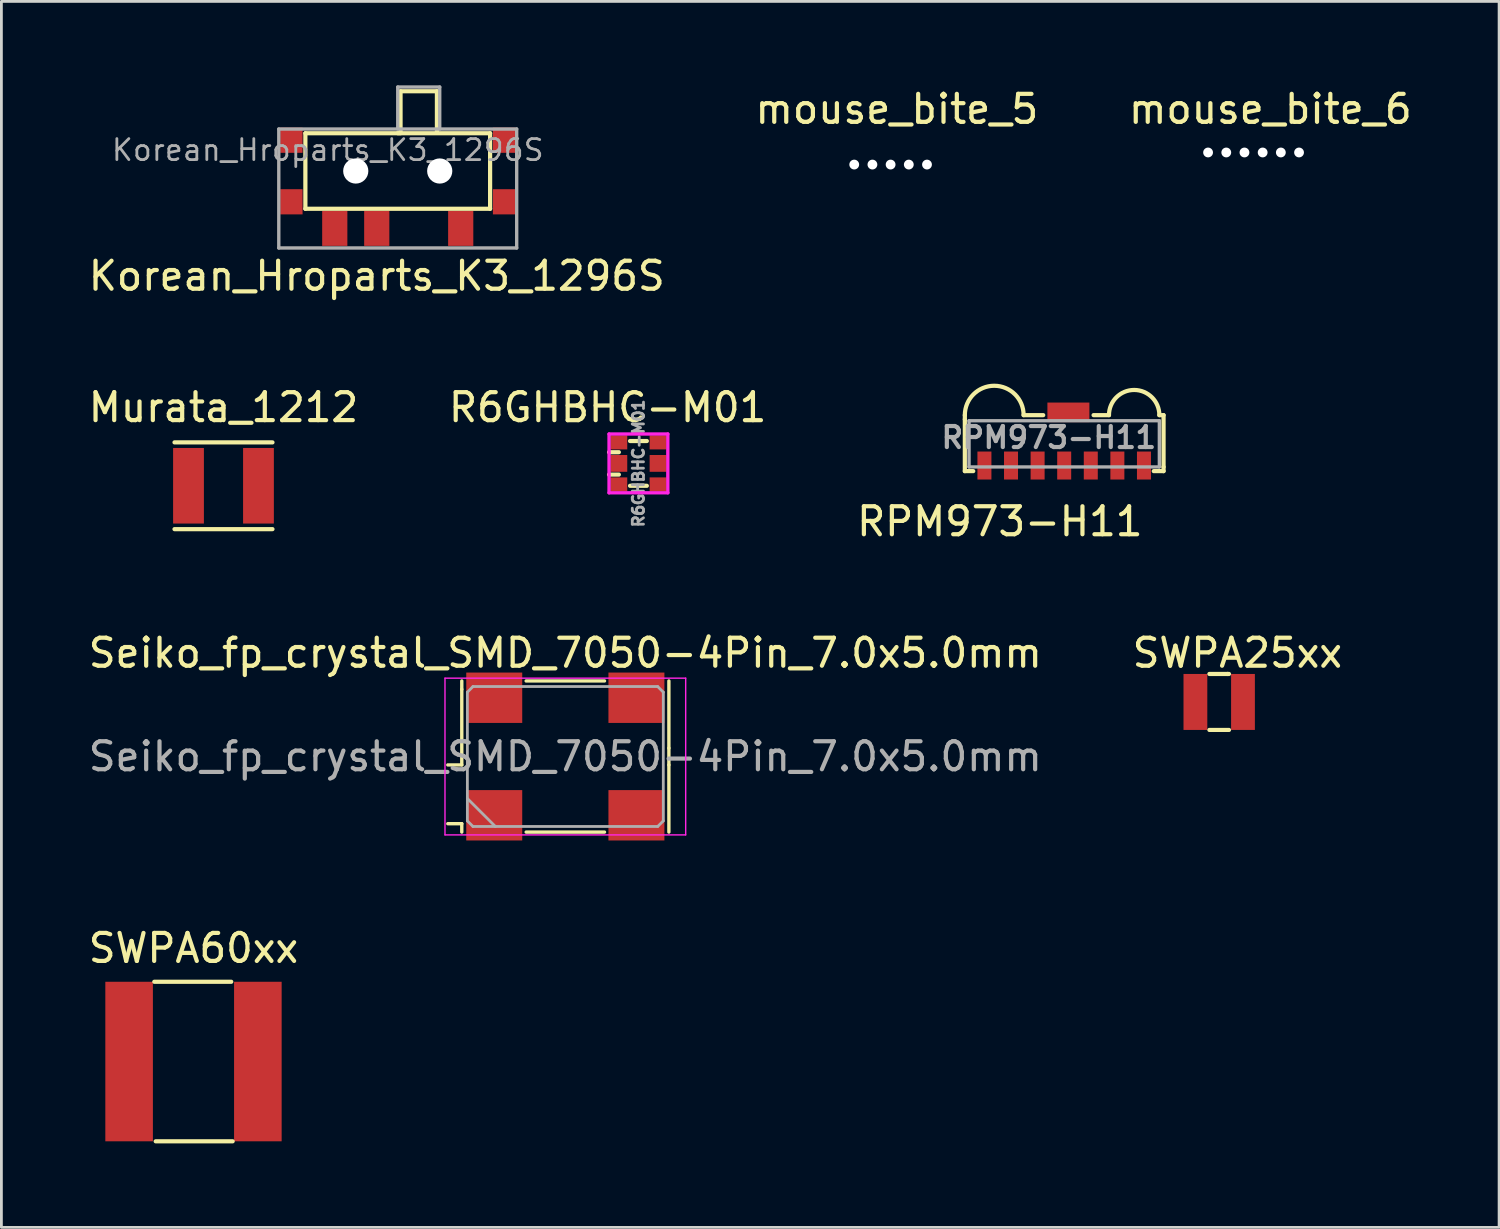
<source format=kicad_pcb>
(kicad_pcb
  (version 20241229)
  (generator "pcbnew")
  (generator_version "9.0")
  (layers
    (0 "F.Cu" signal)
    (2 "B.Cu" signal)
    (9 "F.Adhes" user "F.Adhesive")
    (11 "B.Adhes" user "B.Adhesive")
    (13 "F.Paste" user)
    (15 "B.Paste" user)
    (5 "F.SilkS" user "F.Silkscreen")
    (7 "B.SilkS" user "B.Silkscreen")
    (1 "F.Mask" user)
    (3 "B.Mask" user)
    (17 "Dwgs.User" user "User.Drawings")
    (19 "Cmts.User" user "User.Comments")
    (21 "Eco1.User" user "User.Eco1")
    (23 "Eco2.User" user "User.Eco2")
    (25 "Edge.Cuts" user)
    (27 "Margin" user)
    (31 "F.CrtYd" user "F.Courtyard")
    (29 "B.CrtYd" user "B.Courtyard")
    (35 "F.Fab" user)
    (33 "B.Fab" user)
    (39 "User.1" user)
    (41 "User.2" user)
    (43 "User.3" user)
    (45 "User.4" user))
  (footprint "R6GHBHC-M01"
    (layer "F.Cu")
    (at 19.761 13.507)
    (property "Reference" "R6GHBHC-M01" (at -1.1 -2 180) (layer "F.SilkS") (effects (font (size 1 1) (thickness 0.15))))
    (attr through_hole)
    (fp_line (start -0.7 -0.4) (end -1.05 -0.4) (stroke (width 0.15) (type solid)) (layer "F.SilkS"))
    (fp_line (start -0.7 0.4) (end -1.05 0.4) (stroke (width 0.15) (type solid)) (layer "F.SilkS"))
    (fp_line (start -0.3 -0.8) (end 0.3 -0.8) (stroke (width 0.15) (type solid)) (layer "F.SilkS"))
    (fp_line (start -0.3 0.8) (end 0.3 0.8) (stroke (width 0.15) (type solid)) (layer "F.SilkS"))
    (fp_line (start -1.05 -1.05) (end 1.05 -1.05) (stroke (width 0.12) (type solid)) (layer "F.CrtYd"))
    (fp_line (start -1.05 1.05) (end -1.05 -1.05) (stroke (width 0.12) (type solid)) (layer "F.CrtYd"))
    (fp_line (start 1.05 -1.05) (end 1.05 1.05) (stroke (width 0.12) (type solid)) (layer "F.CrtYd"))
    (fp_line (start 1.05 1.05) (end -1.05 1.05) (stroke (width 0.12) (type solid)) (layer "F.CrtYd"))
    (fp_text user "${REFERENCE}" (at 0 0 90) (layer "F.Fab") (effects (font (size 0.4 0.4) (thickness 0.1))))
    (pad "1" smd rect (at -0.7 0) (size 0.6 0.6) (layers "F.Cu" "F.Mask" "F.Paste"))
    (pad "2" smd rect (at -0.7 0.75) (size 0.6 0.5) (layers "F.Cu" "F.Mask" "F.Paste"))
    (pad "3" smd rect (at -0.7 -0.75) (size 0.6 0.5) (layers "F.Cu" "F.Mask" "F.Paste"))
    (pad "4" smd rect (at 0.7 -0.75) (size 0.6 0.5) (layers "F.Cu" "F.Mask" "F.Paste"))
    (pad "5" smd rect (at 0.7 0.75) (size 0.6 0.5) (layers "F.Cu" "F.Mask" "F.Paste"))
    (pad "6" smd rect (at 0.7 0) (size 0.6 0.6) (layers "F.Cu" "F.Mask" "F.Paste")))
  (footprint "mouse_bite_5"
    (layer "F.Cu")
    (at 28.771 2.83)
    (property "Reference" "mouse_bite_5" (at 0.223 -1.982 0) (layer "F.SilkS") (effects (font (size 1 1) (thickness 0.15))))
    (attr exclude_from_pos_files exclude_from_bom)
    (pad "" np_thru_hole circle (at -1.3 0) (size 0.35 0.35) (drill 0.35) (layers "*.Cu" "*.Mask"))
    (pad "" np_thru_hole circle (at -0.65 0) (size 0.35 0.35) (drill 0.35) (layers "*.Cu" "*.Mask"))
    (pad "" np_thru_hole circle (at 0 0) (size 0.35 0.35) (drill 0.35) (layers "*.Cu" "*.Mask"))
    (pad "" np_thru_hole circle (at 0.65 0) (size 0.35 0.35) (drill 0.35) (layers "*.Cu" "*.Mask"))
    (pad "" np_thru_hole circle (at 1.3 0) (size 0.35 0.35) (drill 0.35) (layers "*.Cu" "*.Mask")))
  (footprint "Murata_1212"
    (layer "F.Cu")
    (at 4.935 14.306)
    (property "Reference" "Murata_1212" (at 0 -2.8 0) (layer "F.SilkS") (effects (font (size 1 1) (thickness 0.15))))
    (attr through_hole)
    (fp_line (start -1.75 -1.55) (end 1.75 -1.55) (stroke (width 0.15) (type solid)) (layer "F.SilkS"))
    (fp_line (start 1.75 1.55) (end -1.75 1.55) (stroke (width 0.15) (type solid)) (layer "F.SilkS"))
    (pad "1" smd rect (at -1.25 0) (size 1.1 2.7) (layers "F.Cu" "F.Mask" "F.Paste"))
    (pad "2" smd rect (at 1.25 0 180) (size 1.1 2.7) (layers "F.Cu" "F.Mask" "F.Paste")))
  (footprint "RPM973-H11"
    (layer "F.Cu")
    (at 34.973 12.783)
    (property "Reference" "RPM973-H11" (at -2.3 2.8 0) (layer "F.SilkS") (effects (font (size 1 1) (thickness 0.15))))
    (attr smd)
    (fp_line (start -3.55 -0.85) (end -3.55 -1) (stroke (width 0.15) (type solid)) (layer "F.SilkS"))
    (fp_line (start -3.55 1) (end -3.55 -0.85) (stroke (width 0.15) (type solid)) (layer "F.SilkS"))
    (fp_line (start -3.25 1) (end -3.55 1) (stroke (width 0.15) (type solid)) (layer "F.SilkS"))
    (fp_line (start -1.45 -1) (end -0.75 -1) (stroke (width 0.15) (type solid)) (layer "F.SilkS"))
    (fp_line (start 1.6 -1) (end 1.05 -1) (stroke (width 0.15) (type solid)) (layer "F.SilkS"))
    (fp_line (start 3.4 -1) (end 3.55 -1) (stroke (width 0.15) (type solid)) (layer "F.SilkS"))
    (fp_line (start 3.55 -1) (end 3.55 0.85) (stroke (width 0.15) (type solid)) (layer "F.SilkS"))
    (fp_line (start 3.55 0.85) (end 3.55 1) (stroke (width 0.15) (type solid)) (layer "F.SilkS"))
    (fp_line (start 3.55 1) (end 3.2 1) (stroke (width 0.15) (type solid)) (layer "F.SilkS"))
    (fp_arc (start -3.55 -1) (mid -2.5 -2.05) (end -1.45 -1) (stroke (width 0.15) (type solid)) (layer "F.SilkS"))
    (fp_arc (start 1.6 -1) (mid 2.5 -1.9) (end 3.4 -1) (stroke (width 0.15) (type solid)) (layer "F.SilkS"))
    (fp_line (start -3.4 -0.8) (end 3.4 -0.8) (stroke (width 0.12) (type solid)) (layer "F.Fab"))
    (fp_line (start -3.4 0.85) (end -3.4 -0.8) (stroke (width 0.12) (type solid)) (layer "F.Fab"))
    (fp_line (start -3.4 0.85) (end 3.4 0.85) (stroke (width 0.12) (type solid)) (layer "F.Fab"))
    (fp_line (start 3.4 -0.8) (end 3.4 0.85) (stroke (width 0.12) (type solid)) (layer "F.Fab"))
    (fp_text user "${REFERENCE}" (at -0.55 -0.2 0) (layer "F.Fab") (effects (font (size 0.75 0.75) (thickness 0.15))))
    (pad "1" smd rect (at 2.85 0.8) (size 0.5 1) (layers "F.Cu" "F.Mask" "F.Paste"))
    (pad "2" smd rect (at 1.9 0.8) (size 0.5 1) (layers "F.Cu" "F.Mask" "F.Paste"))
    (pad "3" smd rect (at 0.95 0.8) (size 0.5 1) (layers "F.Cu" "F.Mask" "F.Paste"))
    (pad "4" smd rect (at 0 0.8) (size 0.5 1) (layers "F.Cu" "F.Mask" "F.Paste"))
    (pad "5" smd rect (at -0.95 0.8) (size 0.5 1) (layers "F.Cu" "F.Mask" "F.Paste"))
    (pad "6" smd rect (at -1.9 0.8) (size 0.5 1) (layers "F.Cu" "F.Mask" "F.Paste"))
    (pad "7" smd rect (at -2.85 0.8) (size 0.5 1) (layers "F.Cu" "F.Mask" "F.Paste"))
    (pad "SH" smd rect (at 0 -1.1) (size 1.5 0.7) (drill (offset 0.15 0)) (layers "F.Cu" "F.Mask" "F.Paste")))
  (footprint "mouse_bite_6"
    (layer "F.Cu")
    (at 41.739 2.398)
    (property "Reference" "mouse_bite_6" (at 0.6 -1.55 0) (layer "F.SilkS") (effects (font (size 1 1) (thickness 0.15))))
    (attr exclude_from_pos_files exclude_from_bom)
    (pad "" np_thru_hole circle (at -1.625 0) (size 0.35 0.35) (drill 0.35) (layers "*.Cu" "*.Mask"))
    (pad "" np_thru_hole circle (at -0.975 0) (size 0.35 0.35) (drill 0.35) (layers "*.Cu" "*.Mask"))
    (pad "" np_thru_hole circle (at -0.325 0) (size 0.35 0.35) (drill 0.35) (layers "*.Cu" "*.Mask"))
    (pad "" np_thru_hole circle (at 0.325 0) (size 0.35 0.35) (drill 0.35) (layers "*.Cu" "*.Mask"))
    (pad "" np_thru_hole circle (at 0.975 0) (size 0.35 0.35) (drill 0.35) (layers "*.Cu" "*.Mask"))
    (pad "" np_thru_hole circle (at 1.625 0) (size 0.35 0.35) (drill 0.35) (layers "*.Cu" "*.Mask")))
  (footprint "SWPA25xx"
    (layer "F.Cu")
    (at 40.511 22.03)
    (property "Reference" "SWPA25xx" (at 0.65 -1.75 0) (layer "F.SilkS") (effects (font (size 1 1) (thickness 0.15))))
    (attr through_hole)
    (fp_line (start -0.35 -1) (end 0.3 -1) (stroke (width 0.15) (type solid)) (layer "F.SilkS"))
    (fp_line (start 0.3 -1) (end 0.35 -1) (stroke (width 0.15) (type solid)) (layer "F.SilkS"))
    (fp_line (start 0.35 1) (end -0.35 1) (stroke (width 0.15) (type solid)) (layer "F.SilkS"))
    (pad "1" smd rect (at -0.85 0) (size 0.85 2) (layers "F.Cu" "F.Mask" "F.Paste"))
    (pad "2" smd rect (at 0.85 0 180) (size 0.85 2) (layers "F.Cu" "F.Mask" "F.Paste")))
  (footprint "Seiko_fp_crystal_SMD_7050-4Pin_7.0x5.0mm"
    (layer "F.Cu")
    (at 17.149 23.98)
    (property "Reference" "Seiko_fp_crystal_SMD_7050-4Pin_7.0x5.0mm" (at 0 -3.7 0) (layer "F.SilkS") (effects (font (size 1 1) (thickness 0.15))))
    (attr smd)
    (fp_line (start -4.2 0.3) (end -3.7 0.3) (stroke (width 0.12) (type solid)) (layer "F.SilkS"))
    (fp_line (start -4.2 2.4) (end -3.7 2.4) (stroke (width 0.12) (type solid)) (layer "F.SilkS"))
    (fp_line (start -3.7 -2.4) (end -3.7 -2.7) (stroke (width 0.12) (type solid)) (layer "F.SilkS"))
    (fp_line (start -3.7 0.3) (end -3.7 -2.4) (stroke (width 0.12) (type solid)) (layer "F.SilkS"))
    (fp_line (start -3.7 2.4) (end -3.7 2.7) (stroke (width 0.12) (type solid)) (layer "F.SilkS"))
    (fp_line (start -1.4 -2.7) (end 1.4 -2.7) (stroke (width 0.12) (type solid)) (layer "F.SilkS"))
    (fp_line (start -1.4 2.7) (end 1.4 2.7) (stroke (width 0.12) (type solid)) (layer "F.SilkS"))
    (fp_line (start 3.7 -2.7) (end 3.7 -0.3) (stroke (width 0.12) (type solid)) (layer "F.SilkS"))
    (fp_line (start 3.7 -0.3) (end 3.7 0.3) (stroke (width 0.12) (type solid)) (layer "F.SilkS"))
    (fp_line (start 3.7 2.7) (end 3.7 0.3) (stroke (width 0.12) (type solid)) (layer "F.SilkS"))
    (fp_line (start -4.3 -2.8) (end -4.3 2.8) (stroke (width 0.05) (type solid)) (layer "F.CrtYd"))
    (fp_line (start -4.3 2.8) (end 4.3 2.8) (stroke (width 0.05) (type solid)) (layer "F.CrtYd"))
    (fp_line (start 4.3 -2.8) (end -4.3 -2.8) (stroke (width 0.05) (type solid)) (layer "F.CrtYd"))
    (fp_line (start 4.3 2.8) (end 4.3 -2.8) (stroke (width 0.05) (type solid)) (layer "F.CrtYd"))
    (fp_line (start -3.5 -2.3) (end -3.3 -2.5) (stroke (width 0.1) (type solid)) (layer "F.Fab"))
    (fp_line (start -3.5 1.5) (end -2.5 2.5) (stroke (width 0.1) (type solid)) (layer "F.Fab"))
    (fp_line (start -3.5 2.3) (end -3.5 -2.3) (stroke (width 0.1) (type solid)) (layer "F.Fab"))
    (fp_line (start -3.3 -2.5) (end 3.3 -2.5) (stroke (width 0.1) (type solid)) (layer "F.Fab"))
    (fp_line (start -3.3 2.5) (end -3.5 2.3) (stroke (width 0.1) (type solid)) (layer "F.Fab"))
    (fp_line (start 3.3 -2.5) (end 3.5 -2.3) (stroke (width 0.1) (type solid)) (layer "F.Fab"))
    (fp_line (start 3.3 2.5) (end -3.3 2.5) (stroke (width 0.1) (type solid)) (layer "F.Fab"))
    (fp_line (start 3.5 -2.3) (end 3.5 2.3) (stroke (width 0.1) (type solid)) (layer "F.Fab"))
    (fp_line (start 3.5 2.3) (end 3.3 2.5) (stroke (width 0.1) (type solid)) (layer "F.Fab"))
    (fp_text user "${REFERENCE}" (at 0 0 0) (layer "F.Fab") (effects (font (size 1 1) (thickness 0.15))))
    (pad "1" smd rect (at -2.54 2.1) (size 2 1.8) (layers "F.Cu" "F.Mask" "F.Paste"))
    (pad "2" smd rect (at 2.54 2.1) (size 2 1.8) (layers "F.Cu" "F.Mask" "F.Paste"))
    (pad "3" smd rect (at 2.54 -2.1) (size 2 1.8) (layers "F.Cu" "F.Mask" "F.Paste"))
    (pad "4" smd rect (at -2.54 -2.1) (size 2 1.8) (layers "F.Cu" "F.Mask" "F.Paste")))
  (footprint "Korean_Hroparts_K3_1296S"
    (layer "F.Cu")
    (at 11.161 3.06)
    (property "Reference" "Korean_Hroparts_K3_1296S" (at -0.75 3.75 180) (layer "F.SilkS") (effects (font (size 1 1) (thickness 0.15))))
    (attr through_hole)
    (fp_line (start -3.3 -1.35) (end 0.05 -1.35) (stroke (width 0.15) (type solid)) (layer "F.SilkS"))
    (fp_line (start -3.3 1.35) (end -3.3 -1.35) (stroke (width 0.15) (type solid)) (layer "F.SilkS"))
    (fp_line (start 0 -1.35) (end 3.3 -1.35) (stroke (width 0.15) (type solid)) (layer "F.SilkS"))
    (fp_line (start 0.1 -2.85) (end 1.4 -2.85) (stroke (width 0.15) (type solid)) (layer "F.SilkS"))
    (fp_line (start 0.1 -1.35) (end 0.1 -2.85) (stroke (width 0.15) (type solid)) (layer "F.SilkS"))
    (fp_line (start 1.4 -2.85) (end 1.4 -1.4) (stroke (width 0.15) (type solid)) (layer "F.SilkS"))
    (fp_line (start 3.3 -1.35) (end 3.3 1.35) (stroke (width 0.15) (type solid)) (layer "F.SilkS"))
    (fp_line (start 3.3 1.35) (end -3.3 1.35) (stroke (width 0.15) (type solid)) (layer "F.SilkS"))
    (fp_line (start -4.25 -1.5) (end -4.25 2.75) (stroke (width 0.12) (type solid)) (layer "F.Fab"))
    (fp_line (start -4.25 2.75) (end 4.25 2.75) (stroke (width 0.12) (type solid)) (layer "F.Fab"))
    (fp_line (start 0 -3) (end 1.5 -3) (stroke (width 0.12) (type solid)) (layer "F.Fab"))
    (fp_line (start 0 -1.5) (end 0 -3) (stroke (width 0.12) (type solid)) (layer "F.Fab"))
    (fp_line (start 1.5 -3) (end 1.5 -1.5) (stroke (width 0.12) (type solid)) (layer "F.Fab"))
    (fp_line (start 4.25 -1.5) (end -4.25 -1.5) (stroke (width 0.12) (type solid)) (layer "F.Fab"))
    (fp_line (start 4.25 2.75) (end 4.25 -1.5) (stroke (width 0.12) (type solid)) (layer "F.Fab"))
    (fp_text user "${REFERENCE}" (at -2.5 -0.75 180) (layer "F.Fab") (effects (font (size 0.75 0.75) (thickness 0.1))))
    (pad "" np_thru_hole circle (at -1.5 0) (size 0.9 0.9) (drill 0.9) (layers "*.Cu" "*.Mask"))
    (pad "" np_thru_hole circle (at 1.5 0 180) (size 0.9 0.9) (drill 0.9) (layers "*.Cu" "*.Mask"))
    (pad "1" smd rect (at -2.25 2.05) (size 0.9 1.25) (layers "F.Cu" "F.Mask" "F.Paste"))
    (pad "2" smd rect (at -0.75 2.05) (size 0.9 1.25) (layers "F.Cu" "F.Mask" "F.Paste"))
    (pad "3" smd rect (at 2.25 2.05) (size 0.9 1.25) (layers "F.Cu" "F.Mask" "F.Paste"))
    (pad "SH" smd rect (at -3.8 -1.1 90) (size 0.9 0.8) (layers "F.Cu" "F.Mask" "F.Paste"))
    (pad "SH" smd rect (at -3.8 1.1 90) (size 0.9 0.8) (layers "F.Cu" "F.Mask" "F.Paste"))
    (pad "SH" smd rect (at 3.8 -1.1 90) (size 0.9 0.8) (layers "F.Cu" "F.Mask" "F.Paste"))
    (pad "SH" smd rect (at 3.8 1.1 90) (size 0.9 0.8) (layers "F.Cu" "F.Mask" "F.Paste")))
  (footprint "SWPA60xx"
    (layer "F.Cu")
    (at 3.863 34.878)
    (property "Reference" "SWPA60xx" (at 0 -4.05 0) (layer "F.SilkS") (effects (font (size 1 1) (thickness 0.15))))
    (attr through_hole)
    (fp_line (start -1.4 -2.85) (end 1.35 -2.85) (stroke (width 0.15) (type solid)) (layer "F.SilkS"))
    (fp_line (start 1.4 2.85) (end -1.35 2.85) (stroke (width 0.15) (type solid)) (layer "F.SilkS"))
    (pad "1" smd rect (at -2.3 0) (size 1.7 5.7) (layers "F.Cu" "F.Mask" "F.Paste"))
    (pad "2" smd rect (at 2.3 0 180) (size 1.7 5.7) (layers "F.Cu" "F.Mask" "F.Paste")))
  (gr_rect
    (start -3 -3)
    (end 50.512 40.803)
    (stroke (width 0.1) (type default))
    (fill no)
    (layer "Edge.Cuts")))
</source>
